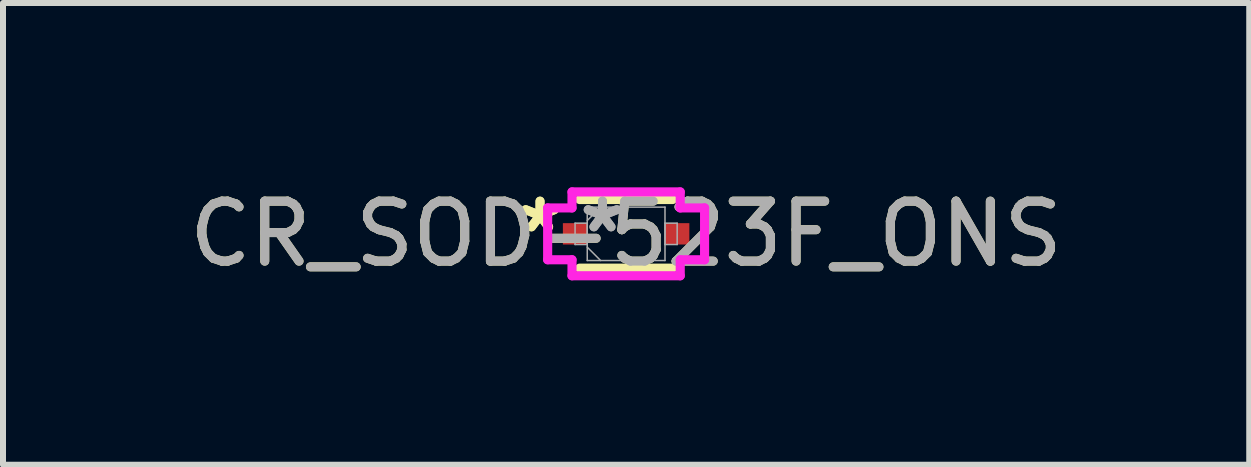
<source format=kicad_pcb>
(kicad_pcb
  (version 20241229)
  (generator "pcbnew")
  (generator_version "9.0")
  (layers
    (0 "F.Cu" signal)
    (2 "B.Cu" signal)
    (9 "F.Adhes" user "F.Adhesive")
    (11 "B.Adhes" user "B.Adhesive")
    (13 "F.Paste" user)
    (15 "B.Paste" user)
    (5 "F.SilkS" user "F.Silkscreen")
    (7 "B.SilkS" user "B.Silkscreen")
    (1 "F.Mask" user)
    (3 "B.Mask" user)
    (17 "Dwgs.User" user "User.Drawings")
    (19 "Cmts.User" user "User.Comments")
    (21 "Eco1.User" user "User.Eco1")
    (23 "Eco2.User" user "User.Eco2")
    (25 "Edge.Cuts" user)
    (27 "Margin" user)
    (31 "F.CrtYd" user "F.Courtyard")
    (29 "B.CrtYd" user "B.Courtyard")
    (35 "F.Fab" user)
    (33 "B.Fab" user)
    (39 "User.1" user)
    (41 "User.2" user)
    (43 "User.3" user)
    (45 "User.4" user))
  (footprint "CR_SOD-523F_ONS"
    (layer "F.Cu")
    (at 7.387 0.848)
    (property "Reference" "CR_SOD-523F_ONS" (at 0 0 0) (unlocked yes) (layer "F.SilkS") (effects (font (size 1 1) (thickness 0.15))))
    (attr smd)
    (fp_line (start -0.775 0.572) (end 0.775 0.572) (stroke (width 0.152) (type solid)) (layer "F.SilkS"))
    (fp_line (start 0.775 -0.572) (end -0.775 -0.572) (stroke (width 0.152) (type solid)) (layer "F.SilkS"))
    (fp_line (start -1.308 -0.432) (end -0.902 -0.432) (stroke (width 0.152) (type solid)) (layer "F.CrtYd"))
    (fp_line (start -1.308 0.432) (end -1.308 -0.432) (stroke (width 0.152) (type solid)) (layer "F.CrtYd"))
    (fp_line (start -0.902 -0.699) (end 0.902 -0.699) (stroke (width 0.152) (type solid)) (layer "F.CrtYd"))
    (fp_line (start -0.902 -0.432) (end -0.902 -0.699) (stroke (width 0.152) (type solid)) (layer "F.CrtYd"))
    (fp_line (start -0.902 0.432) (end -1.308 0.432) (stroke (width 0.152) (type solid)) (layer "F.CrtYd"))
    (fp_line (start -0.902 0.699) (end -0.902 0.432) (stroke (width 0.152) (type solid)) (layer "F.CrtYd"))
    (fp_line (start 0.902 -0.699) (end 0.902 -0.432) (stroke (width 0.152) (type solid)) (layer "F.CrtYd"))
    (fp_line (start 0.902 -0.432) (end 1.308 -0.432) (stroke (width 0.152) (type solid)) (layer "F.CrtYd"))
    (fp_line (start 0.902 0.432) (end 0.902 0.699) (stroke (width 0.152) (type solid)) (layer "F.CrtYd"))
    (fp_line (start 0.902 0.699) (end -0.902 0.699) (stroke (width 0.152) (type solid)) (layer "F.CrtYd"))
    (fp_line (start 1.308 -0.432) (end 1.308 0.432) (stroke (width 0.152) (type solid)) (layer "F.CrtYd"))
    (fp_line (start 1.308 0.432) (end 0.902 0.432) (stroke (width 0.152) (type solid)) (layer "F.CrtYd"))
    (fp_line (start -0.851 -0.178) (end -0.851 0.178) (stroke (width 0.025) (type solid)) (layer "F.Fab"))
    (fp_line (start -0.851 0.178) (end -0.648 0.178) (stroke (width 0.025) (type solid)) (layer "F.Fab"))
    (fp_line (start -0.648 -0.445) (end -0.648 0.445) (stroke (width 0.025) (type solid)) (layer "F.Fab"))
    (fp_line (start -0.648 -0.222) (end -0.425 -0.445) (stroke (width 0.025) (type solid)) (layer "F.Fab"))
    (fp_line (start -0.648 -0.178) (end -0.851 -0.178) (stroke (width 0.025) (type solid)) (layer "F.Fab"))
    (fp_line (start -0.648 0.178) (end -0.648 -0.178) (stroke (width 0.025) (type solid)) (layer "F.Fab"))
    (fp_line (start -0.648 0.222) (end -0.425 0.445) (stroke (width 0.025) (type solid)) (layer "F.Fab"))
    (fp_line (start -0.648 0.445) (end 0.648 0.445) (stroke (width 0.025) (type solid)) (layer "F.Fab"))
    (fp_line (start 0.648 -0.445) (end -0.648 -0.445) (stroke (width 0.025) (type solid)) (layer "F.Fab"))
    (fp_line (start 0.648 -0.178) (end 0.648 0.178) (stroke (width 0.025) (type solid)) (layer "F.Fab"))
    (fp_line (start 0.648 0.178) (end 0.851 0.178) (stroke (width 0.025) (type solid)) (layer "F.Fab"))
    (fp_line (start 0.648 0.445) (end 0.648 -0.445) (stroke (width 0.025) (type solid)) (layer "F.Fab"))
    (fp_line (start 0.851 -0.178) (end 0.648 -0.178) (stroke (width 0.025) (type solid)) (layer "F.Fab"))
    (fp_line (start 0.851 0.178) (end 0.851 -0.178) (stroke (width 0.025) (type solid)) (layer "F.Fab"))
    (fp_text user "*" (at -1.435 0 0) (unlocked yes) (layer "F.SilkS") (effects (font (size 1 1) (thickness 0.15))))
    (fp_text user "*" (at -1.435 0 0) (layer "F.SilkS") (effects (font (size 1 1) (thickness 0.15))))
    (fp_text user "${REFERENCE}" (at 0 0 0) (unlocked yes) (layer "F.Fab") (effects (font (size 1 1) (thickness 0.15))))
    (fp_text user "*" (at -0.394 0 0) (layer "F.Fab") (effects (font (size 1 1) (thickness 0.15))))
    (fp_text user "*" (at -0.394 0 0) (unlocked yes) (layer "F.Fab") (effects (font (size 1 1) (thickness 0.15))))
    (pad "1" smd rect (at -0.851 0) (size 0.406 0.356) (layers "F.Cu" "F.Mask" "F.Paste"))
    (pad "2" smd rect (at 0.851 0) (size 0.406 0.356) (layers "F.Cu" "F.Mask" "F.Paste"))
    (zone (net_name "") (layer "F.Cu") (hatch full 0.508) (connect_pads) (min_thickness 0.254) (filled_areas_thickness no) (keepout (tracks not_allowed) (vias not_allowed) (pads allowed) (copperpour not_allowed) (footprints allowed)) (placement (enabled no)) (fill) (polygon (pts (xy 6.79 0.455) (xy 7.984 0.455) (xy 7.984 1.242) (xy 6.79 1.242)))))
  (gr_rect
    (start -3 -3)
    (end 17.774 4.697)
    (stroke (width 0.1) (type default))
    (fill no)
    (layer "Edge.Cuts")))
</source>
